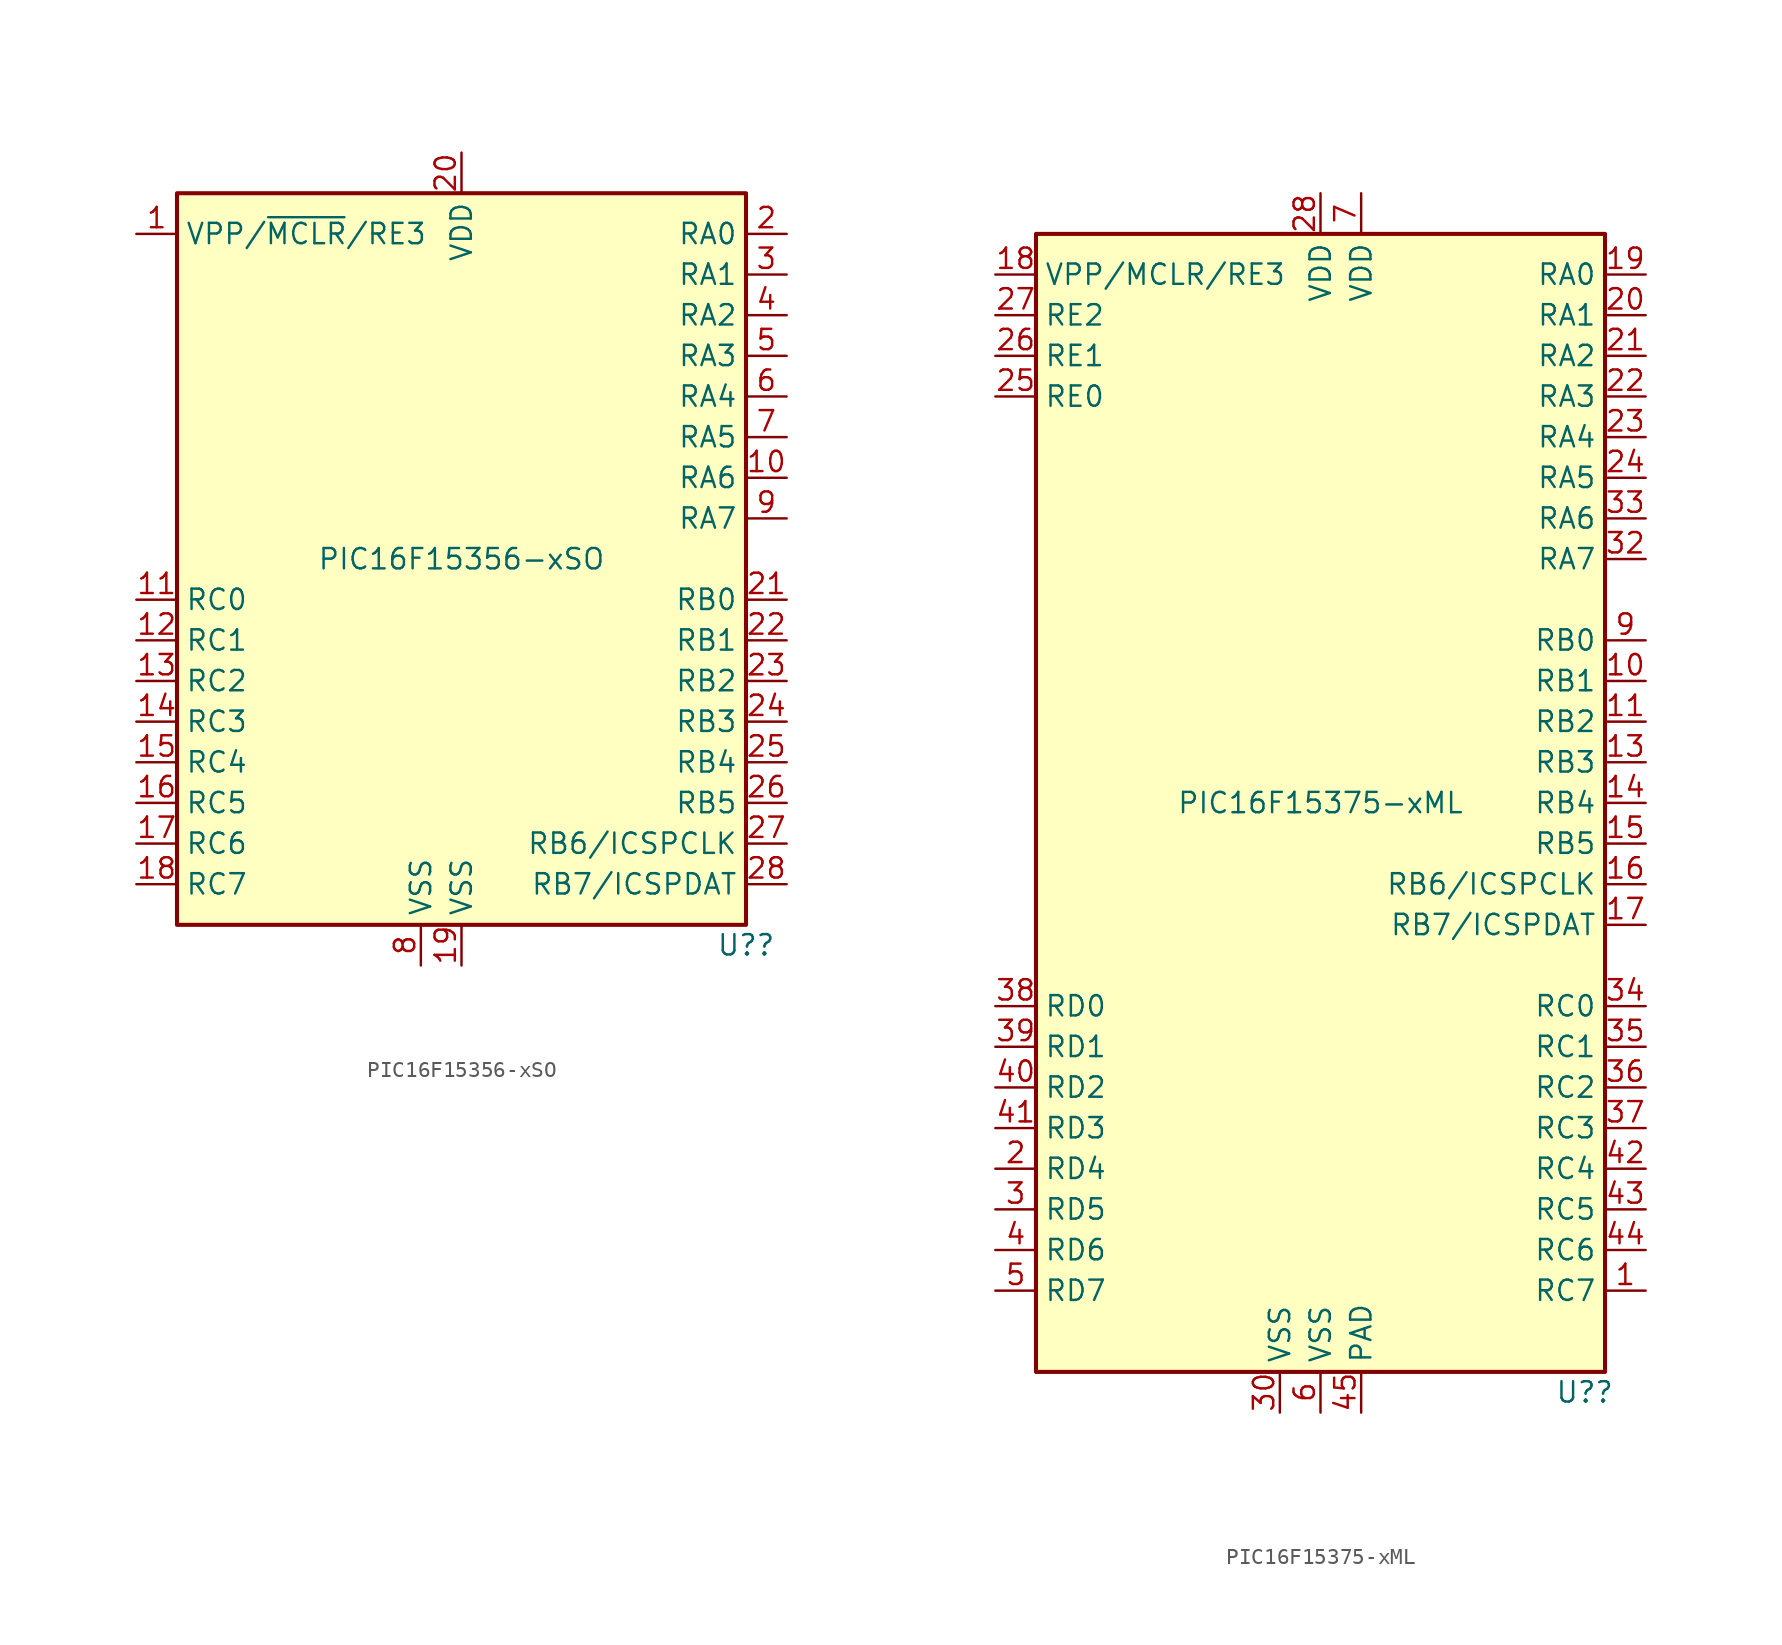
<source format=kicad_sym>
(kicad_symbol_lib
  (version 20241209)
  (generator "kicad_symbol_editor")
  (generator_version "9.0")
  (symbol "PIC16F15356-xSO"
    (property "Reference" "U?"
      (at 17.78 -24.13 0)
      (effects (font (size 1.27 1.27))))
    (property "Value" "PIC16F15356-xSO"
      (at 0 0 0)
      (effects (font (size 1.27 1.27))))
    (symbol "PIC16F15356-xSO_0_1"
      (rectangle (start 17.78 22.86) (end -17.78 -22.86) (stroke (width 0.254) (type default)) (fill (type background))))
    (symbol "PIC16F15356-xSO_1_1"
      (pin bidirectional line (at -20.32 20.32 0) (length 2.54) (name "VPP/~{MCLR}/RE3" (effects (font (size 1.27 1.27)))) (number "1" (effects (font (size 1.27 1.27)))))
      (pin bidirectional line (at -20.32 -2.54 0) (length 2.54) (name "RC0" (effects (font (size 1.27 1.27)))) (number "11" (effects (font (size 1.27 1.27)))))
      (pin bidirectional line (at -20.32 -5.08 0) (length 2.54) (name "RC1" (effects (font (size 1.27 1.27)))) (number "12" (effects (font (size 1.27 1.27)))))
      (pin bidirectional line (at -20.32 -7.62 0) (length 2.54) (name "RC2" (effects (font (size 1.27 1.27)))) (number "13" (effects (font (size 1.27 1.27)))))
      (pin bidirectional line (at -20.32 -10.16 0) (length 2.54) (name "RC3" (effects (font (size 1.27 1.27)))) (number "14" (effects (font (size 1.27 1.27)))))
      (pin bidirectional line (at -20.32 -12.7 0) (length 2.54) (name "RC4" (effects (font (size 1.27 1.27)))) (number "15" (effects (font (size 1.27 1.27)))))
      (pin bidirectional line (at -20.32 -15.24 0) (length 2.54) (name "RC5" (effects (font (size 1.27 1.27)))) (number "16" (effects (font (size 1.27 1.27)))))
      (pin bidirectional line (at -20.32 -17.78 0) (length 2.54) (name "RC6" (effects (font (size 1.27 1.27)))) (number "17" (effects (font (size 1.27 1.27)))))
      (pin bidirectional line (at -20.32 -20.32 0) (length 2.54) (name "RC7" (effects (font (size 1.27 1.27)))) (number "18" (effects (font (size 1.27 1.27)))))
      (pin power_in line (at -2.54 -25.4 90) (length 2.54) (name "VSS" (effects (font (size 1.27 1.27)))) (number "8" (effects (font (size 1.27 1.27)))))
      (pin power_in line (at 0 25.4 270) (length 2.54) (name "VDD" (effects (font (size 1.27 1.27)))) (number "20" (effects (font (size 1.27 1.27)))))
      (pin power_in line (at 0 -25.4 90) (length 2.54) (name "VSS" (effects (font (size 1.27 1.27)))) (number "19" (effects (font (size 1.27 1.27)))))
      (pin bidirectional line (at 20.32 20.32 180) (length 2.54) (name "RA0" (effects (font (size 1.27 1.27)))) (number "2" (effects (font (size 1.27 1.27)))))
      (pin bidirectional line (at 20.32 17.78 180) (length 2.54) (name "RA1" (effects (font (size 1.27 1.27)))) (number "3" (effects (font (size 1.27 1.27)))))
      (pin bidirectional line (at 20.32 15.24 180) (length 2.54) (name "RA2" (effects (font (size 1.27 1.27)))) (number "4" (effects (font (size 1.27 1.27)))))
      (pin bidirectional line (at 20.32 12.7 180) (length 2.54) (name "RA3" (effects (font (size 1.27 1.27)))) (number "5" (effects (font (size 1.27 1.27)))))
      (pin bidirectional line (at 20.32 10.16 180) (length 2.54) (name "RA4" (effects (font (size 1.27 1.27)))) (number "6" (effects (font (size 1.27 1.27)))))
      (pin bidirectional line (at 20.32 7.62 180) (length 2.54) (name "RA5" (effects (font (size 1.27 1.27)))) (number "7" (effects (font (size 1.27 1.27)))))
      (pin bidirectional line (at 20.32 5.08 180) (length 2.54) (name "RA6" (effects (font (size 1.27 1.27)))) (number "10" (effects (font (size 1.27 1.27)))))
      (pin bidirectional line (at 20.32 2.54 180) (length 2.54) (name "RA7" (effects (font (size 1.27 1.27)))) (number "9" (effects (font (size 1.27 1.27)))))
      (pin bidirectional line (at 20.32 -2.54 180) (length 2.54) (name "RB0" (effects (font (size 1.27 1.27)))) (number "21" (effects (font (size 1.27 1.27)))))
      (pin bidirectional line (at 20.32 -5.08 180) (length 2.54) (name "RB1" (effects (font (size 1.27 1.27)))) (number "22" (effects (font (size 1.27 1.27)))))
      (pin bidirectional line (at 20.32 -7.62 180) (length 2.54) (name "RB2" (effects (font (size 1.27 1.27)))) (number "23" (effects (font (size 1.27 1.27)))))
      (pin bidirectional line (at 20.32 -10.16 180) (length 2.54) (name "RB3" (effects (font (size 1.27 1.27)))) (number "24" (effects (font (size 1.27 1.27)))))
      (pin bidirectional line (at 20.32 -12.7 180) (length 2.54) (name "RB4" (effects (font (size 1.27 1.27)))) (number "25" (effects (font (size 1.27 1.27)))))
      (pin bidirectional line (at 20.32 -15.24 180) (length 2.54) (name "RB5" (effects (font (size 1.27 1.27)))) (number "26" (effects (font (size 1.27 1.27)))))
      (pin bidirectional line (at 20.32 -17.78 180) (length 2.54) (name "RB6/ICSPCLK" (effects (font (size 1.27 1.27)))) (number "27" (effects (font (size 1.27 1.27)))))
      (pin bidirectional line (at 20.32 -20.32 180) (length 2.54) (name "RB7/ICSPDAT" (effects (font (size 1.27 1.27)))) (number "28" (effects (font (size 1.27 1.27)))))))
  (symbol "PIC16F15375-xML"
    (property "Reference" "U?"
      (at 16.51 -36.83 0)
      (effects (font (size 1.27 1.27))))
    (property "Value" "PIC16F15375-xML"
      (at 0 0 0)
      (effects (font (size 1.27 1.27))))
    (symbol "PIC16F15375-xML_0_0"
      (pin no_connect line (at -17.78 7.62 0) (length 2.54) (hide yes) (name "NC" (effects (font (size 1.27 1.27)))) (number "31" (effects (font (size 1.27 1.27)))))
      (pin no_connect line (at -17.78 5.08 0) (length 2.54) (hide yes) (name "NC" (effects (font (size 1.27 1.27)))) (number "8" (effects (font (size 1.27 1.27)))))
      (pin no_connect line (at -17.78 2.54 0) (length 2.54) (hide yes) (name "NC" (effects (font (size 1.27 1.27)))) (number "29" (effects (font (size 1.27 1.27)))))
      (pin no_connect line (at -17.78 0 0) (length 2.54) (hide yes) (name "NC" (effects (font (size 1.27 1.27)))) (number "13" (effects (font (size 1.27 1.27)))))
      (pin power_in line (at 2.54 -38.1 90) (length 2.54) (name "PAD" (effects (font (size 1.27 1.27)))) (number "45" (effects (font (size 1.27 1.27))))))
    (symbol "PIC16F15375-xML_0_1"
      (rectangle (start -17.78 35.56) (end 17.78 -35.56) (stroke (width 0.254) (type default)) (fill (type background))))
    (symbol "PIC16F15375-xML_1_1"
      (pin bidirectional line (at -20.32 33.02 0) (length 2.54) (name "VPP/MCLR/RE3" (effects (font (size 1.27 1.27)))) (number "18" (effects (font (size 1.27 1.27)))))
      (pin bidirectional line (at -20.32 30.48 0) (length 2.54) (name "RE2" (effects (font (size 1.27 1.27)))) (number "27" (effects (font (size 1.27 1.27)))))
      (pin bidirectional line (at -20.32 27.94 0) (length 2.54) (name "RE1" (effects (font (size 1.27 1.27)))) (number "26" (effects (font (size 1.27 1.27)))))
      (pin bidirectional line (at -20.32 25.4 0) (length 2.54) (name "RE0" (effects (font (size 1.27 1.27)))) (number "25" (effects (font (size 1.27 1.27)))))
      (pin bidirectional line (at -20.32 -12.7 0) (length 2.54) (name "RD0" (effects (font (size 1.27 1.27)))) (number "38" (effects (font (size 1.27 1.27)))))
      (pin bidirectional line (at -20.32 -15.24 0) (length 2.54) (name "RD1" (effects (font (size 1.27 1.27)))) (number "39" (effects (font (size 1.27 1.27)))))
      (pin bidirectional line (at -20.32 -17.78 0) (length 2.54) (name "RD2" (effects (font (size 1.27 1.27)))) (number "40" (effects (font (size 1.27 1.27)))))
      (pin bidirectional line (at -20.32 -20.32 0) (length 2.54) (name "RD3" (effects (font (size 1.27 1.27)))) (number "41" (effects (font (size 1.27 1.27)))))
      (pin bidirectional line (at -20.32 -22.86 0) (length 2.54) (name "RD4" (effects (font (size 1.27 1.27)))) (number "2" (effects (font (size 1.27 1.27)))))
      (pin bidirectional line (at -20.32 -25.4 0) (length 2.54) (name "RD5" (effects (font (size 1.27 1.27)))) (number "3" (effects (font (size 1.27 1.27)))))
      (pin bidirectional line (at -20.32 -27.94 0) (length 2.54) (name "RD6" (effects (font (size 1.27 1.27)))) (number "4" (effects (font (size 1.27 1.27)))))
      (pin bidirectional line (at -20.32 -30.48 0) (length 2.54) (name "RD7" (effects (font (size 1.27 1.27)))) (number "5" (effects (font (size 1.27 1.27)))))
      (pin power_in line (at -2.54 -38.1 90) (length 2.54) (name "VSS" (effects (font (size 1.27 1.27)))) (number "30" (effects (font (size 1.27 1.27)))))
      (pin power_in line (at 0 38.1 270) (length 2.54) (name "VDD" (effects (font (size 1.27 1.27)))) (number "28" (effects (font (size 1.27 1.27)))))
      (pin power_in line (at 0 -38.1 90) (length 2.54) (name "VSS" (effects (font (size 1.27 1.27)))) (number "6" (effects (font (size 1.27 1.27)))))
      (pin power_in line (at 2.54 38.1 270) (length 2.54) (name "VDD" (effects (font (size 1.27 1.27)))) (number "7" (effects (font (size 1.27 1.27)))))
      (pin bidirectional line (at 20.32 33.02 180) (length 2.54) (name "RA0" (effects (font (size 1.27 1.27)))) (number "19" (effects (font (size 1.27 1.27)))))
      (pin bidirectional line (at 20.32 30.48 180) (length 2.54) (name "RA1" (effects (font (size 1.27 1.27)))) (number "20" (effects (font (size 1.27 1.27)))))
      (pin bidirectional line (at 20.32 27.94 180) (length 2.54) (name "RA2" (effects (font (size 1.27 1.27)))) (number "21" (effects (font (size 1.27 1.27)))))
      (pin bidirectional line (at 20.32 25.4 180) (length 2.54) (name "RA3" (effects (font (size 1.27 1.27)))) (number "22" (effects (font (size 1.27 1.27)))))
      (pin bidirectional line (at 20.32 22.86 180) (length 2.54) (name "RA4" (effects (font (size 1.27 1.27)))) (number "23" (effects (font (size 1.27 1.27)))))
      (pin bidirectional line (at 20.32 20.32 180) (length 2.54) (name "RA5" (effects (font (size 1.27 1.27)))) (number "24" (effects (font (size 1.27 1.27)))))
      (pin bidirectional line (at 20.32 17.78 180) (length 2.54) (name "RA6" (effects (font (size 1.27 1.27)))) (number "33" (effects (font (size 1.27 1.27)))))
      (pin bidirectional line (at 20.32 15.24 180) (length 2.54) (name "RA7" (effects (font (size 1.27 1.27)))) (number "32" (effects (font (size 1.27 1.27)))))
      (pin bidirectional line (at 20.32 10.16 180) (length 2.54) (name "RB0" (effects (font (size 1.27 1.27)))) (number "9" (effects (font (size 1.27 1.27)))))
      (pin bidirectional line (at 20.32 7.62 180) (length 2.54) (name "RB1" (effects (font (size 1.27 1.27)))) (number "10" (effects (font (size 1.27 1.27)))))
      (pin bidirectional line (at 20.32 5.08 180) (length 2.54) (name "RB2" (effects (font (size 1.27 1.27)))) (number "11" (effects (font (size 1.27 1.27)))))
      (pin bidirectional line (at 20.32 2.54 180) (length 2.54) (name "RB3" (effects (font (size 1.27 1.27)))) (number "13" (effects (font (size 1.27 1.27)))))
      (pin bidirectional line (at 20.32 0 180) (length 2.54) (name "RB4" (effects (font (size 1.27 1.27)))) (number "14" (effects (font (size 1.27 1.27)))))
      (pin bidirectional line (at 20.32 -2.54 180) (length 2.54) (name "RB5" (effects (font (size 1.27 1.27)))) (number "15" (effects (font (size 1.27 1.27)))))
      (pin bidirectional line (at 20.32 -5.08 180) (length 2.54) (name "RB6/ICSPCLK" (effects (font (size 1.27 1.27)))) (number "16" (effects (font (size 1.27 1.27)))))
      (pin bidirectional line (at 20.32 -7.62 180) (length 2.54) (name "RB7/ICSPDAT" (effects (font (size 1.27 1.27)))) (number "17" (effects (font (size 1.27 1.27)))))
      (pin bidirectional line (at 20.32 -12.7 180) (length 2.54) (name "RC0" (effects (font (size 1.27 1.27)))) (number "34" (effects (font (size 1.27 1.27)))))
      (pin bidirectional line (at 20.32 -15.24 180) (length 2.54) (name "RC1" (effects (font (size 1.27 1.27)))) (number "35" (effects (font (size 1.27 1.27)))))
      (pin bidirectional line (at 20.32 -17.78 180) (length 2.54) (name "RC2" (effects (font (size 1.27 1.27)))) (number "36" (effects (font (size 1.27 1.27)))))
      (pin bidirectional line (at 20.32 -20.32 180) (length 2.54) (name "RC3" (effects (font (size 1.27 1.27)))) (number "37" (effects (font (size 1.27 1.27)))))
      (pin bidirectional line (at 20.32 -22.86 180) (length 2.54) (name "RC4" (effects (font (size 1.27 1.27)))) (number "42" (effects (font (size 1.27 1.27)))))
      (pin bidirectional line (at 20.32 -25.4 180) (length 2.54) (name "RC5" (effects (font (size 1.27 1.27)))) (number "43" (effects (font (size 1.27 1.27)))))
      (pin bidirectional line (at 20.32 -27.94 180) (length 2.54) (name "RC6" (effects (font (size 1.27 1.27)))) (number "44" (effects (font (size 1.27 1.27)))))
      (pin bidirectional line (at 20.32 -30.48 180) (length 2.54) (name "RC7" (effects (font (size 1.27 1.27)))) (number "1" (effects (font (size 1.27 1.27))))))))
</source>
